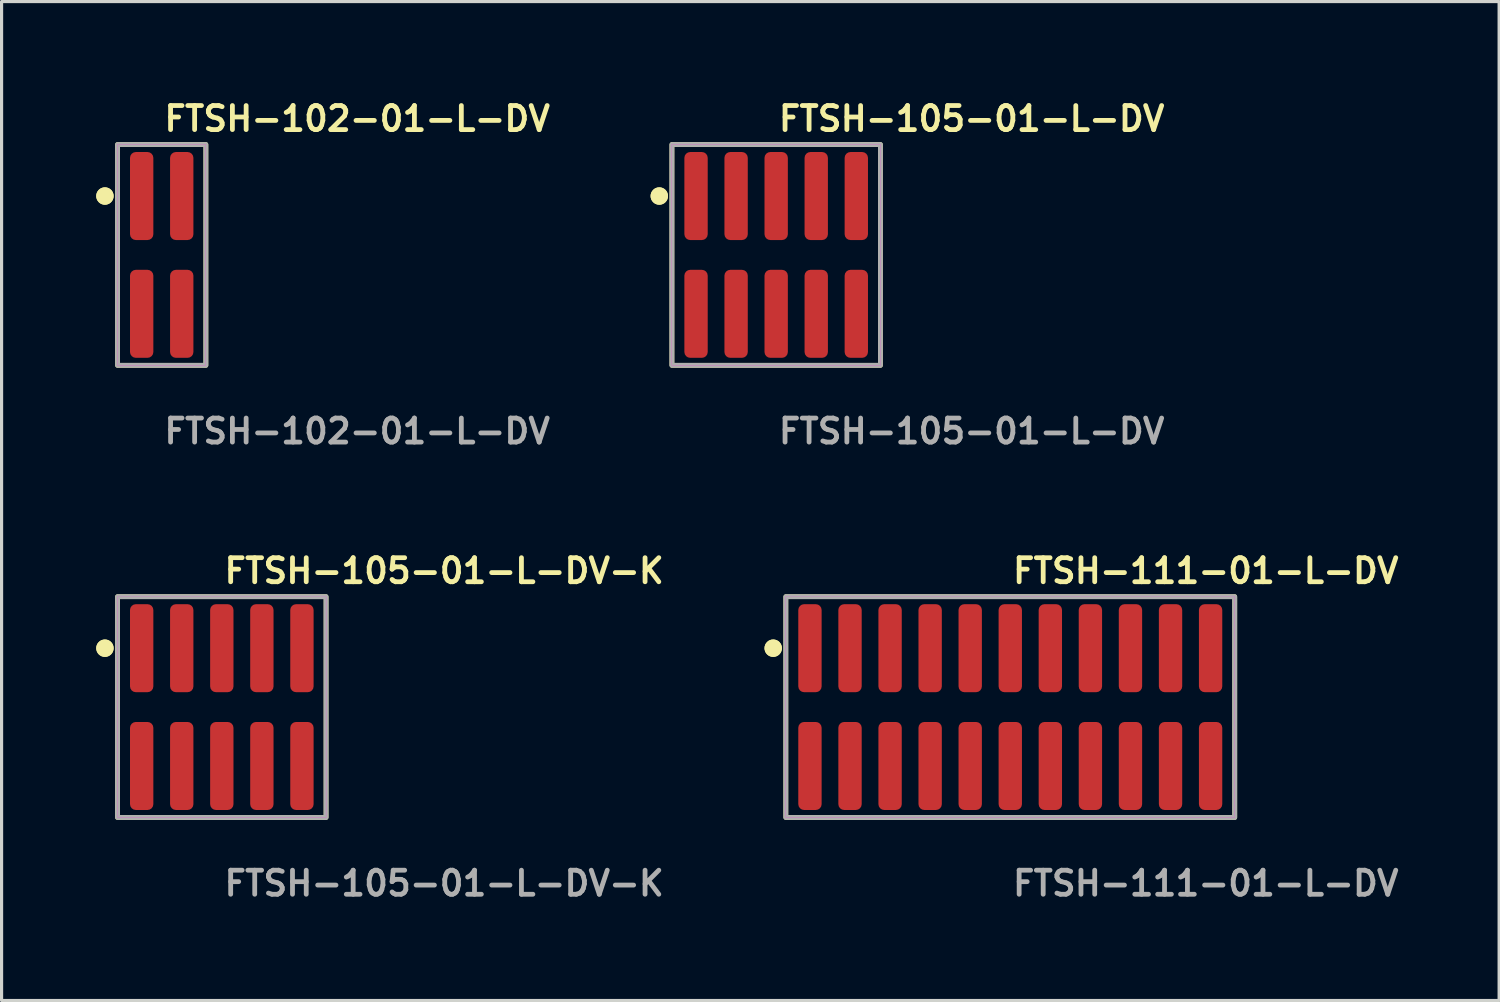
<source format=kicad_pcb>
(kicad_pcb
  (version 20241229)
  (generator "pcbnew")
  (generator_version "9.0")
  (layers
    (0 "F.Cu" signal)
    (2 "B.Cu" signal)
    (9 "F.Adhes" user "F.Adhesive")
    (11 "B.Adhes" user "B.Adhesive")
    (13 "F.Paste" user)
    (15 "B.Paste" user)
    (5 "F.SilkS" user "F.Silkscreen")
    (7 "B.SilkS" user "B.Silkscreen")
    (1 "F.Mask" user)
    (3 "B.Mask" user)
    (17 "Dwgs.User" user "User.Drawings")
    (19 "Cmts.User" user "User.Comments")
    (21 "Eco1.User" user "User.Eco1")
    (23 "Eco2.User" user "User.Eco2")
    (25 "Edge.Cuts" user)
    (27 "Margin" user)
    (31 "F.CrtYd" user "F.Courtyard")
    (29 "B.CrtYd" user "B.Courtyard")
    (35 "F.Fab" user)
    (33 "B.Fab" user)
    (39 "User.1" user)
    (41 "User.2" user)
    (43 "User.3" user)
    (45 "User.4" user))
  (footprint "FTSH-105-01-L-DV-K"
    (layer "F.Cu")
    (at 3.981 19.364)
    (property "Reference" "FTSH-105-01-L-DV-K" (at 0 -4.318 0) (unlocked yes) (layer "F.SilkS") (effects (font (size 0.762 0.762) (thickness 0.152)) (justify left)))
    (fp_rect (start -3.305 3.5) (end 3.305 -3.5) (stroke (width 0.152) (type solid)) (fill no) (layer "F.SilkS"))
    (fp_circle (center -3.705 -1.867) (end -3.905 -1.867) (stroke (width 0.152) (type solid)) (fill yes) (layer "F.SilkS"))
    (fp_circle (center -3.705 -1.867) (end -3.905 -1.867) (stroke (width 0.152) (type solid)) (fill yes) (layer "F.SilkS"))
    (fp_rect (start -3.305 3.5) (end 3.305 -3.5) (stroke (width 0.006) (type solid)) (fill no) (layer "F.CrtYd"))
    (fp_rect (start -3.305 3.5) (end 3.305 -3.5) (stroke (width 0.152) (type solid)) (fill no) (layer "F.Fab"))
    (fp_text user "${REFERENCE}" (at 0 5.588 0) (unlocked yes) (layer "F.Fab") (effects (font (size 0.762 0.762) (thickness 0.152)) (justify left)))
    (pad "1" smd roundrect (at -2.54 -1.867) (size 0.74 2.79) (layers "F.Cu" "F.Paste") (roundrect_rratio 0.25))
    (pad "2" smd roundrect (at -2.54 1.867) (size 0.74 2.79) (layers "F.Cu" "F.Paste") (roundrect_rratio 0.25))
    (pad "3" smd roundrect (at -1.27 -1.867) (size 0.74 2.79) (layers "F.Cu" "F.Paste") (roundrect_rratio 0.25))
    (pad "4" smd roundrect (at -1.27 1.867) (size 0.74 2.79) (layers "F.Cu" "F.Paste") (roundrect_rratio 0.25))
    (pad "5" smd roundrect (at 0 -1.867) (size 0.74 2.79) (layers "F.Cu" "F.Paste") (roundrect_rratio 0.25))
    (pad "6" smd roundrect (at 0 1.867) (size 0.74 2.79) (layers "F.Cu" "F.Paste") (roundrect_rratio 0.25))
    (pad "7" smd roundrect (at 1.27 -1.867) (size 0.74 2.79) (layers "F.Cu" "F.Paste") (roundrect_rratio 0.25))
    (pad "8" smd roundrect (at 1.27 1.867) (size 0.74 2.79) (layers "F.Cu" "F.Paste") (roundrect_rratio 0.25))
    (pad "9" smd roundrect (at 2.54 -1.867) (size 0.74 2.79) (layers "F.Cu" "F.Paste") (roundrect_rratio 0.25))
    (pad "10" smd roundrect (at 2.54 1.867) (size 0.74 2.79) (layers "F.Cu" "F.Paste") (roundrect_rratio 0.25)))
  (footprint "FTSH-105-01-L-DV"
    (layer "F.Cu")
    (at 21.554 5.031)
    (property "Reference" "FTSH-105-01-L-DV" (at 0 -4.318 0) (unlocked yes) (layer "F.SilkS") (effects (font (size 0.762 0.762) (thickness 0.152)) (justify left)))
    (fp_rect (start -3.305 3.5) (end 3.305 -3.5) (stroke (width 0.152) (type solid)) (fill no) (layer "F.SilkS"))
    (fp_circle (center -3.705 -1.867) (end -3.905 -1.867) (stroke (width 0.152) (type solid)) (fill yes) (layer "F.SilkS"))
    (fp_circle (center -3.705 -1.867) (end -3.905 -1.867) (stroke (width 0.152) (type solid)) (fill yes) (layer "F.SilkS"))
    (fp_rect (start -3.305 3.5) (end 3.305 -3.5) (stroke (width 0.006) (type solid)) (fill no) (layer "F.CrtYd"))
    (fp_rect (start -3.305 3.5) (end 3.305 -3.5) (stroke (width 0.152) (type solid)) (fill no) (layer "F.Fab"))
    (fp_text user "${REFERENCE}" (at 0 5.588 0) (unlocked yes) (layer "F.Fab") (effects (font (size 0.762 0.762) (thickness 0.152)) (justify left)))
    (pad "1" smd roundrect (at -2.54 -1.867) (size 0.74 2.79) (layers "F.Cu" "F.Paste") (roundrect_rratio 0.25))
    (pad "2" smd roundrect (at -2.54 1.867) (size 0.74 2.79) (layers "F.Cu" "F.Paste") (roundrect_rratio 0.25))
    (pad "3" smd roundrect (at -1.27 -1.867) (size 0.74 2.79) (layers "F.Cu" "F.Paste") (roundrect_rratio 0.25))
    (pad "4" smd roundrect (at -1.27 1.867) (size 0.74 2.79) (layers "F.Cu" "F.Paste") (roundrect_rratio 0.25))
    (pad "5" smd roundrect (at 0 -1.867) (size 0.74 2.79) (layers "F.Cu" "F.Paste") (roundrect_rratio 0.25))
    (pad "6" smd roundrect (at 0 1.867) (size 0.74 2.79) (layers "F.Cu" "F.Paste") (roundrect_rratio 0.25))
    (pad "7" smd roundrect (at 1.27 -1.867) (size 0.74 2.79) (layers "F.Cu" "F.Paste") (roundrect_rratio 0.25))
    (pad "8" smd roundrect (at 1.27 1.867) (size 0.74 2.79) (layers "F.Cu" "F.Paste") (roundrect_rratio 0.25))
    (pad "9" smd roundrect (at 2.54 -1.867) (size 0.74 2.79) (layers "F.Cu" "F.Paste") (roundrect_rratio 0.25))
    (pad "10" smd roundrect (at 2.54 1.867) (size 0.74 2.79) (layers "F.Cu" "F.Paste") (roundrect_rratio 0.25)))
  (footprint "FTSH-111-01-L-DV"
    (layer "F.Cu")
    (at 28.975 19.364)
    (property "Reference" "FTSH-111-01-L-DV" (at 0 -4.318 0) (unlocked yes) (layer "F.SilkS") (effects (font (size 0.762 0.762) (thickness 0.152)) (justify left)))
    (fp_rect (start -7.115 3.5) (end 7.115 -3.5) (stroke (width 0.152) (type solid)) (fill no) (layer "F.SilkS"))
    (fp_circle (center -7.515 -1.867) (end -7.715 -1.867) (stroke (width 0.152) (type solid)) (fill yes) (layer "F.SilkS"))
    (fp_circle (center -7.515 -1.867) (end -7.715 -1.867) (stroke (width 0.152) (type solid)) (fill yes) (layer "F.SilkS"))
    (fp_rect (start -7.115 3.5) (end 7.115 -3.5) (stroke (width 0.006) (type solid)) (fill no) (layer "F.CrtYd"))
    (fp_rect (start -7.115 3.5) (end 7.115 -3.5) (stroke (width 0.152) (type solid)) (fill no) (layer "F.Fab"))
    (fp_text user "${REFERENCE}" (at 0 5.588 0) (unlocked yes) (layer "F.Fab") (effects (font (size 0.762 0.762) (thickness 0.152)) (justify left)))
    (pad "1" smd roundrect (at -6.35 -1.867) (size 0.74 2.79) (layers "F.Cu" "F.Paste") (roundrect_rratio 0.25))
    (pad "2" smd roundrect (at -6.35 1.867) (size 0.74 2.79) (layers "F.Cu" "F.Paste") (roundrect_rratio 0.25))
    (pad "3" smd roundrect (at -5.08 -1.867) (size 0.74 2.79) (layers "F.Cu" "F.Paste") (roundrect_rratio 0.25))
    (pad "4" smd roundrect (at -5.08 1.867) (size 0.74 2.79) (layers "F.Cu" "F.Paste") (roundrect_rratio 0.25))
    (pad "5" smd roundrect (at -3.81 -1.867) (size 0.74 2.79) (layers "F.Cu" "F.Paste") (roundrect_rratio 0.25))
    (pad "6" smd roundrect (at -3.81 1.867) (size 0.74 2.79) (layers "F.Cu" "F.Paste") (roundrect_rratio 0.25))
    (pad "7" smd roundrect (at -2.54 -1.867) (size 0.74 2.79) (layers "F.Cu" "F.Paste") (roundrect_rratio 0.25))
    (pad "8" smd roundrect (at -2.54 1.867) (size 0.74 2.79) (layers "F.Cu" "F.Paste") (roundrect_rratio 0.25))
    (pad "9" smd roundrect (at -1.27 -1.867) (size 0.74 2.79) (layers "F.Cu" "F.Paste") (roundrect_rratio 0.25))
    (pad "10" smd roundrect (at -1.27 1.867) (size 0.74 2.79) (layers "F.Cu" "F.Paste") (roundrect_rratio 0.25))
    (pad "11" smd roundrect (at 0 -1.867) (size 0.74 2.79) (layers "F.Cu" "F.Paste") (roundrect_rratio 0.25))
    (pad "12" smd roundrect (at 0 1.867) (size 0.74 2.79) (layers "F.Cu" "F.Paste") (roundrect_rratio 0.25))
    (pad "13" smd roundrect (at 1.27 -1.867) (size 0.74 2.79) (layers "F.Cu" "F.Paste") (roundrect_rratio 0.25))
    (pad "14" smd roundrect (at 1.27 1.867) (size 0.74 2.79) (layers "F.Cu" "F.Paste") (roundrect_rratio 0.25))
    (pad "15" smd roundrect (at 2.54 -1.867) (size 0.74 2.79) (layers "F.Cu" "F.Paste") (roundrect_rratio 0.25))
    (pad "16" smd roundrect (at 2.54 1.867) (size 0.74 2.79) (layers "F.Cu" "F.Paste") (roundrect_rratio 0.25))
    (pad "17" smd roundrect (at 3.81 -1.867) (size 0.74 2.79) (layers "F.Cu" "F.Paste") (roundrect_rratio 0.25))
    (pad "18" smd roundrect (at 3.81 1.867) (size 0.74 2.79) (layers "F.Cu" "F.Paste") (roundrect_rratio 0.25))
    (pad "19" smd roundrect (at 5.08 -1.867) (size 0.74 2.79) (layers "F.Cu" "F.Paste") (roundrect_rratio 0.25))
    (pad "20" smd roundrect (at 5.08 1.867) (size 0.74 2.79) (layers "F.Cu" "F.Paste") (roundrect_rratio 0.25))
    (pad "21" smd roundrect (at 6.35 -1.867) (size 0.74 2.79) (layers "F.Cu" "F.Paste") (roundrect_rratio 0.25))
    (pad "22" smd roundrect (at 6.35 1.867) (size 0.74 2.79) (layers "F.Cu" "F.Paste") (roundrect_rratio 0.25)))
  (footprint "FTSH-102-01-L-DV"
    (layer "F.Cu")
    (at 2.076 5.031)
    (property "Reference" "FTSH-102-01-L-DV" (at 0 -4.318 0) (unlocked yes) (layer "F.SilkS") (effects (font (size 0.762 0.762) (thickness 0.152)) (justify left)))
    (fp_rect (start -1.4 3.5) (end 1.4 -3.5) (stroke (width 0.152) (type solid)) (fill no) (layer "F.SilkS"))
    (fp_circle (center -1.8 -1.867) (end -2 -1.867) (stroke (width 0.152) (type solid)) (fill yes) (layer "F.SilkS"))
    (fp_circle (center -1.8 -1.867) (end -2 -1.867) (stroke (width 0.152) (type solid)) (fill yes) (layer "F.SilkS"))
    (fp_rect (start -1.4 3.5) (end 1.4 -3.5) (stroke (width 0.006) (type solid)) (fill no) (layer "F.CrtYd"))
    (fp_rect (start -1.4 3.5) (end 1.4 -3.5) (stroke (width 0.152) (type solid)) (fill no) (layer "F.Fab"))
    (fp_text user "${REFERENCE}" (at 0 5.588 0) (unlocked yes) (layer "F.Fab") (effects (font (size 0.762 0.762) (thickness 0.152)) (justify left)))
    (pad "1" smd roundrect (at -0.635 -1.867) (size 0.74 2.79) (layers "F.Cu" "F.Paste") (roundrect_rratio 0.25))
    (pad "2" smd roundrect (at -0.635 1.867) (size 0.74 2.79) (layers "F.Cu" "F.Paste") (roundrect_rratio 0.25))
    (pad "3" smd roundrect (at 0.635 -1.867) (size 0.74 2.79) (layers "F.Cu" "F.Paste") (roundrect_rratio 0.25))
    (pad "4" smd roundrect (at 0.635 1.867) (size 0.74 2.79) (layers "F.Cu" "F.Paste") (roundrect_rratio 0.25)))
  (gr_rect
    (start -3 -3)
    (end 44.471 28.665)
    (stroke (width 0.1) (type default))
    (fill no)
    (layer "Edge.Cuts")))
</source>
